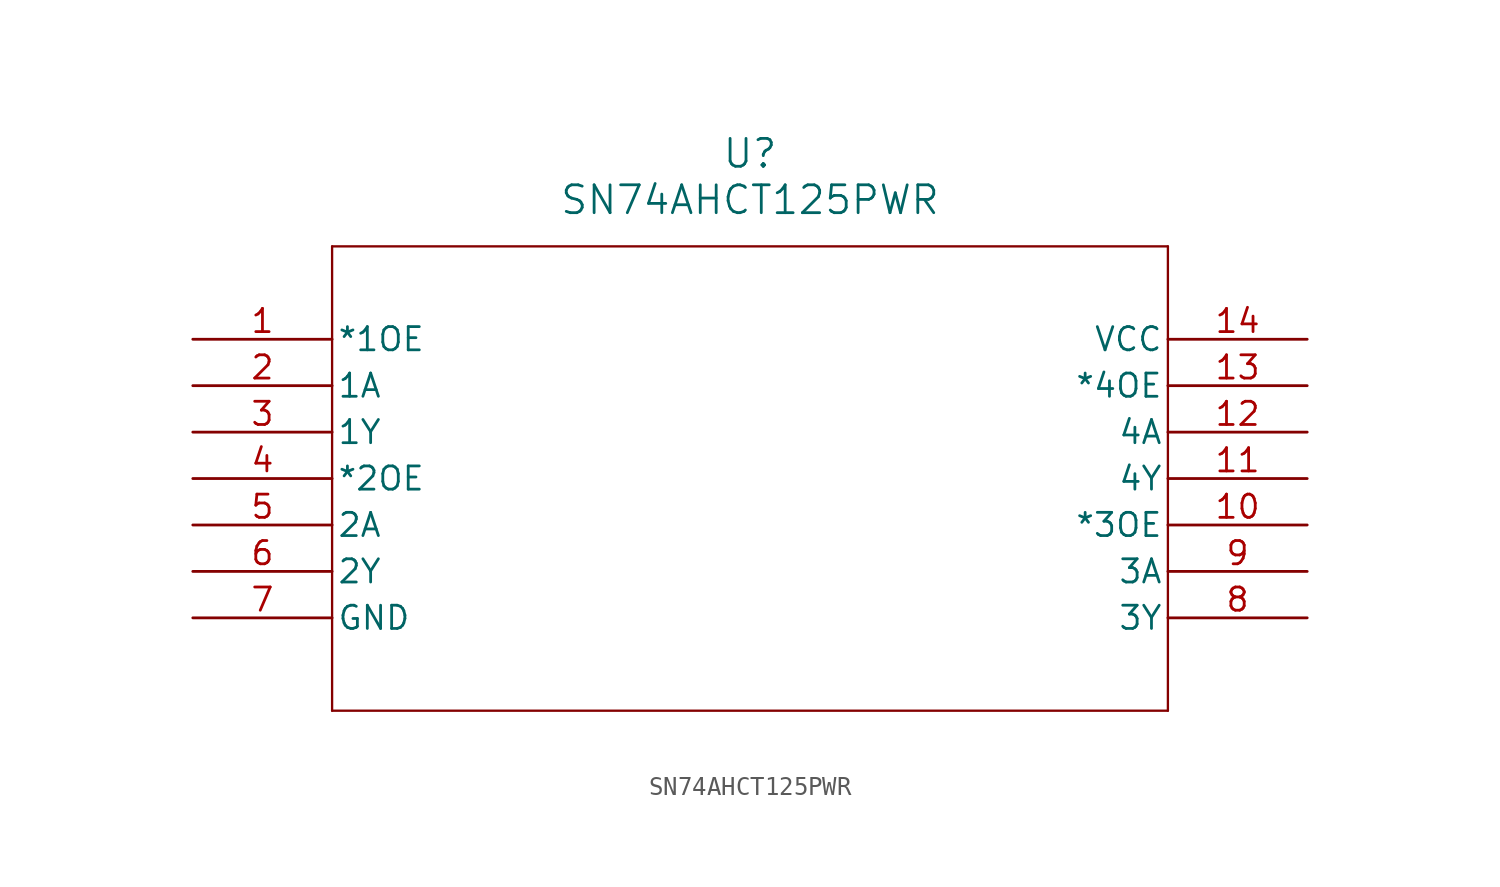
<source format=kicad_sym>
(kicad_symbol_lib
  (version 20211014)
  (generator kicad_symbol_editor)
  (symbol "SN74AHCT125PWR"
    (pin_names
      (offset 0.254))
    (property "Reference" "U"
      (at 30.48 10.16 0)
      (effects (font (size 1.524 1.524))))
    (property "Value" "SN74AHCT125PWR"
      (at 30.48 7.62 0)
      (effects (font (size 1.524 1.524))))
    (symbol "SN74AHCT125PWR_0_1"
      (polyline (pts (xy 7.62 5.08) (xy 7.62 -20.32)) (stroke (width 0.127) (type default) (color 0 0 0 0)) (fill (type none)))
      (polyline (pts (xy 7.62 -20.32) (xy 53.34 -20.32)) (stroke (width 0.127) (type default) (color 0 0 0 0)) (fill (type none)))
      (polyline (pts (xy 53.34 -20.32) (xy 53.34 5.08)) (stroke (width 0.127) (type default) (color 0 0 0 0)) (fill (type none)))
      (polyline (pts (xy 53.34 5.08) (xy 7.62 5.08)) (stroke (width 0.127) (type default) (color 0 0 0 0)) (fill (type none)))
      (pin input line (at 0 0 0) (length 7.62) (name "*1OE" (effects (font (size 1.27 1.27)))) (number "1" (effects (font (size 1.27 1.27)))))
      (pin input line (at 0 -2.54 0) (length 7.62) (name "1A" (effects (font (size 1.27 1.27)))) (number "2" (effects (font (size 1.27 1.27)))))
      (pin unspecified line (at 0 -5.08 0) (length 7.62) (name "1Y" (effects (font (size 1.27 1.27)))) (number "3" (effects (font (size 1.27 1.27)))))
      (pin input line (at 0 -7.62 0) (length 7.62) (name "*2OE" (effects (font (size 1.27 1.27)))) (number "4" (effects (font (size 1.27 1.27)))))
      (pin input line (at 0 -10.16 0) (length 7.62) (name "2A" (effects (font (size 1.27 1.27)))) (number "5" (effects (font (size 1.27 1.27)))))
      (pin unspecified line (at 0 -12.7 0) (length 7.62) (name "2Y" (effects (font (size 1.27 1.27)))) (number "6" (effects (font (size 1.27 1.27)))))
      (pin power_in line (at 0 -15.24 0) (length 7.62) (name "GND" (effects (font (size 1.27 1.27)))) (number "7" (effects (font (size 1.27 1.27)))))
      (pin unspecified line (at 60.96 -15.24 180) (length 7.62) (name "3Y" (effects (font (size 1.27 1.27)))) (number "8" (effects (font (size 1.27 1.27)))))
      (pin input line (at 60.96 -12.7 180) (length 7.62) (name "3A" (effects (font (size 1.27 1.27)))) (number "9" (effects (font (size 1.27 1.27)))))
      (pin input line (at 60.96 -10.16 180) (length 7.62) (name "*3OE" (effects (font (size 1.27 1.27)))) (number "10" (effects (font (size 1.27 1.27)))))
      (pin unspecified line (at 60.96 -7.62 180) (length 7.62) (name "4Y" (effects (font (size 1.27 1.27)))) (number "11" (effects (font (size 1.27 1.27)))))
      (pin input line (at 60.96 -5.08 180) (length 7.62) (name "4A" (effects (font (size 1.27 1.27)))) (number "12" (effects (font (size 1.27 1.27)))))
      (pin input line (at 60.96 -2.54 180) (length 7.62) (name "*4OE" (effects (font (size 1.27 1.27)))) (number "13" (effects (font (size 1.27 1.27)))))
      (pin power_in line (at 60.96 0 180) (length 7.62) (name "VCC" (effects (font (size 1.27 1.27)))) (number "14" (effects (font (size 1.27 1.27))))))))
</source>
